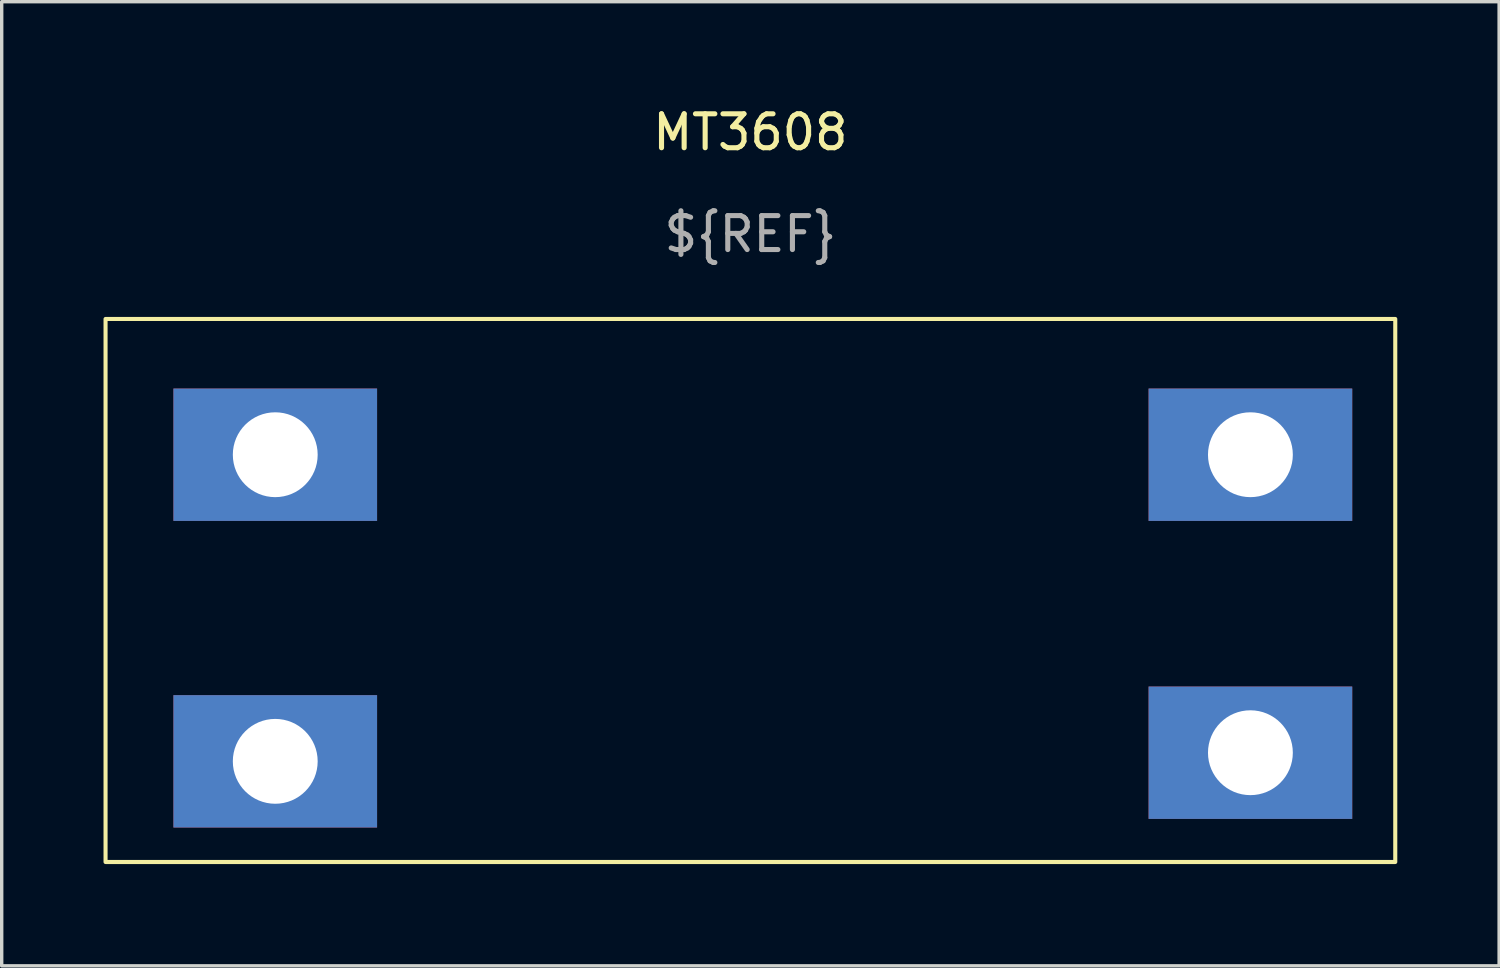
<source format=kicad_pcb>
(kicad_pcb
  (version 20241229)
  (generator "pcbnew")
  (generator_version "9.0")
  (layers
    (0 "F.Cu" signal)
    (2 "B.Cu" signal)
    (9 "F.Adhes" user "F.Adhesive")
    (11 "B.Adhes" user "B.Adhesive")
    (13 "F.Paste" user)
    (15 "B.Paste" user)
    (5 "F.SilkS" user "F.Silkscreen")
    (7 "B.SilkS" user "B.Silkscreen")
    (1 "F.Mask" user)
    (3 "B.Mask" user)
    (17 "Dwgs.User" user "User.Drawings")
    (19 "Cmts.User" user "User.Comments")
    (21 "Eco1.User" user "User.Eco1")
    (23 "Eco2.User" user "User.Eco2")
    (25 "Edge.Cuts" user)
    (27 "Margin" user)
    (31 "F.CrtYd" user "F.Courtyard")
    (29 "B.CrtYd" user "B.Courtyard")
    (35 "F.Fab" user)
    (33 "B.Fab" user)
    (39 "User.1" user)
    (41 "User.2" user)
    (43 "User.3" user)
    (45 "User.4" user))
  (footprint "MT3608"
    (layer "F.Cu")
    (at 19.06 1.348)
    (property "Reference" "MT3608" (at 0 -0.5 0) (unlocked yes) (layer "F.SilkS") (effects (font (size 1 1) (thickness 0.15))))
    (attr through_hole)
    (fp_rect (start -19 5) (end 19 21) (stroke (width 0.12) (type solid)) (fill no) (layer "F.SilkS"))
    (fp_text user "${REF}" (at 0 2.5 0) (unlocked yes) (layer "F.Fab") (effects (font (size 1 1) (thickness 0.15))))
    (pad "1" thru_hole rect (at -14 9) (size 6 3.9) (drill 2.5) (layers "*.Cu" "*.Mask"))
    (pad "2" thru_hole rect (at -14 18.034) (size 6 3.9) (drill 2.5) (layers "*.Cu" "*.Mask"))
    (pad "3" thru_hole rect (at 14.732 9) (size 6 3.9) (drill 2.5) (layers "*.Cu" "*.Mask"))
    (pad "4" thru_hole rect (at 14.732 17.78) (size 6 3.9) (drill 2.5) (layers "*.Cu" "*.Mask")))
  (gr_rect
    (start -3 -3)
    (end 41.12 25.408)
    (stroke (width 0.1) (type default))
    (fill no)
    (layer "Edge.Cuts")))
</source>
